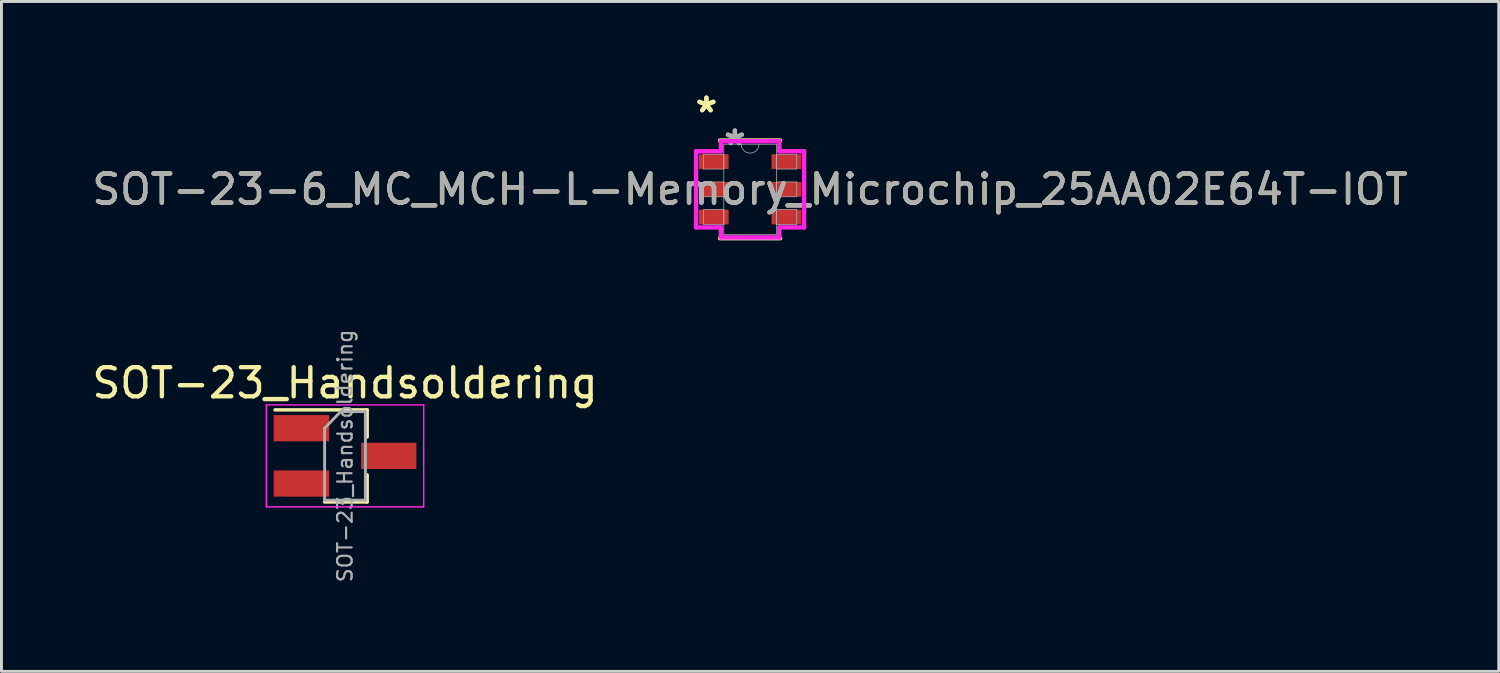
<source format=kicad_pcb>
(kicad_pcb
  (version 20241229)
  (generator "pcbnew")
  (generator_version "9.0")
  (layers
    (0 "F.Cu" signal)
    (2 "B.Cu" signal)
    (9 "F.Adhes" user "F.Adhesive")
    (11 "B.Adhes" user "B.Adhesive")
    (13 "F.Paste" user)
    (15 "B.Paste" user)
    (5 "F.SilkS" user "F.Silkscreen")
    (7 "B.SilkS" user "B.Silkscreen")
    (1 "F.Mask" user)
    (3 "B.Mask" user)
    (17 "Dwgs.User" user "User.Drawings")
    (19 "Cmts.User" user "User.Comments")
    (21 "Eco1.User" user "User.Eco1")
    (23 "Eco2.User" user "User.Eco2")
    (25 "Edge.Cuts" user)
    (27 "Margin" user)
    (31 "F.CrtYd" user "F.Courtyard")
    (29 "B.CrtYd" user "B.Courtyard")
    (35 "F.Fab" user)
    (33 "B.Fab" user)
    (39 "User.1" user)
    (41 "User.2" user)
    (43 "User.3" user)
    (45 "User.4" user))
  (footprint "SOT-23-6_MC_MCH-L-Memory_Microchip_25AA02E64T-IOT"
    (layer "F.Cu")
    (at 22.696 3.449)
    (property "Reference" "SOT-23-6_MC_MCH-L-Memory_Microchip_25AA02E64T-IOT" (at 0 0 0) (unlocked yes) (layer "F.SilkS") (effects (font (size 1 1) (thickness 0.15))))
    (attr smd)
    (fp_line (start -1.029 1.676) (end 1.029 1.676) (stroke (width 0.152) (type solid)) (layer "F.SilkS"))
    (fp_line (start 1.029 -1.676) (end -1.029 -1.676) (stroke (width 0.152) (type solid)) (layer "F.SilkS"))
    (fp_line (start -1.854 -1.306) (end -1.003 -1.306) (stroke (width 0.152) (type solid)) (layer "F.CrtYd"))
    (fp_line (start -1.854 1.306) (end -1.854 -1.306) (stroke (width 0.152) (type solid)) (layer "F.CrtYd"))
    (fp_line (start -1.854 1.306) (end -1.003 1.306) (stroke (width 0.152) (type solid)) (layer "F.CrtYd"))
    (fp_line (start -1.003 -1.651) (end 1.003 -1.651) (stroke (width 0.152) (type solid)) (layer "F.CrtYd"))
    (fp_line (start -1.003 -1.306) (end -1.003 -1.651) (stroke (width 0.152) (type solid)) (layer "F.CrtYd"))
    (fp_line (start -1.003 1.651) (end -1.003 1.306) (stroke (width 0.152) (type solid)) (layer "F.CrtYd"))
    (fp_line (start 1.003 -1.651) (end 1.003 -1.306) (stroke (width 0.152) (type solid)) (layer "F.CrtYd"))
    (fp_line (start 1.003 1.306) (end 1.003 1.651) (stroke (width 0.152) (type solid)) (layer "F.CrtYd"))
    (fp_line (start 1.003 1.651) (end -1.003 1.651) (stroke (width 0.152) (type solid)) (layer "F.CrtYd"))
    (fp_line (start 1.854 -1.306) (end 1.003 -1.306) (stroke (width 0.152) (type solid)) (layer "F.CrtYd"))
    (fp_line (start 1.854 -1.306) (end 1.854 1.306) (stroke (width 0.152) (type solid)) (layer "F.CrtYd"))
    (fp_line (start 1.854 1.306) (end 1.003 1.306) (stroke (width 0.152) (type solid)) (layer "F.CrtYd"))
    (fp_line (start -1.6 -1.204) (end -1.6 -0.696) (stroke (width 0.025) (type solid)) (layer "F.Fab"))
    (fp_line (start -1.6 -0.696) (end -0.902 -0.696) (stroke (width 0.025) (type solid)) (layer "F.Fab"))
    (fp_line (start -1.6 -0.254) (end -1.6 0.254) (stroke (width 0.025) (type solid)) (layer "F.Fab"))
    (fp_line (start -1.6 0.254) (end -0.902 0.254) (stroke (width 0.025) (type solid)) (layer "F.Fab"))
    (fp_line (start -1.6 0.696) (end -1.6 1.204) (stroke (width 0.025) (type solid)) (layer "F.Fab"))
    (fp_line (start -1.6 1.204) (end -0.902 1.204) (stroke (width 0.025) (type solid)) (layer "F.Fab"))
    (fp_line (start -0.902 -1.549) (end -0.902 1.549) (stroke (width 0.025) (type solid)) (layer "F.Fab"))
    (fp_line (start -0.902 -1.204) (end -1.6 -1.204) (stroke (width 0.025) (type solid)) (layer "F.Fab"))
    (fp_line (start -0.902 -0.696) (end -0.902 -1.204) (stroke (width 0.025) (type solid)) (layer "F.Fab"))
    (fp_line (start -0.902 -0.254) (end -1.6 -0.254) (stroke (width 0.025) (type solid)) (layer "F.Fab"))
    (fp_line (start -0.902 0.254) (end -0.902 -0.254) (stroke (width 0.025) (type solid)) (layer "F.Fab"))
    (fp_line (start -0.902 0.696) (end -1.6 0.696) (stroke (width 0.025) (type solid)) (layer "F.Fab"))
    (fp_line (start -0.902 1.204) (end -0.902 0.696) (stroke (width 0.025) (type solid)) (layer "F.Fab"))
    (fp_line (start -0.902 1.549) (end 0.902 1.549) (stroke (width 0.025) (type solid)) (layer "F.Fab"))
    (fp_line (start 0.902 -1.549) (end -0.902 -1.549) (stroke (width 0.025) (type solid)) (layer "F.Fab"))
    (fp_line (start 0.902 -1.204) (end 0.902 -0.696) (stroke (width 0.025) (type solid)) (layer "F.Fab"))
    (fp_line (start 0.902 -0.696) (end 1.6 -0.696) (stroke (width 0.025) (type solid)) (layer "F.Fab"))
    (fp_line (start 0.902 -0.254) (end 0.902 0.254) (stroke (width 0.025) (type solid)) (layer "F.Fab"))
    (fp_line (start 0.902 0.254) (end 1.6 0.254) (stroke (width 0.025) (type solid)) (layer "F.Fab"))
    (fp_line (start 0.902 0.696) (end 0.902 1.204) (stroke (width 0.025) (type solid)) (layer "F.Fab"))
    (fp_line (start 0.902 1.204) (end 1.6 1.204) (stroke (width 0.025) (type solid)) (layer "F.Fab"))
    (fp_line (start 0.902 1.549) (end 0.902 -1.549) (stroke (width 0.025) (type solid)) (layer "F.Fab"))
    (fp_line (start 1.6 -1.204) (end 0.902 -1.204) (stroke (width 0.025) (type solid)) (layer "F.Fab"))
    (fp_line (start 1.6 -0.696) (end 1.6 -1.204) (stroke (width 0.025) (type solid)) (layer "F.Fab"))
    (fp_line (start 1.6 -0.254) (end 0.902 -0.254) (stroke (width 0.025) (type solid)) (layer "F.Fab"))
    (fp_line (start 1.6 0.254) (end 1.6 -0.254) (stroke (width 0.025) (type solid)) (layer "F.Fab"))
    (fp_line (start 1.6 0.696) (end 0.902 0.696) (stroke (width 0.025) (type solid)) (layer "F.Fab"))
    (fp_line (start 1.6 1.204) (end 1.6 0.696) (stroke (width 0.025) (type solid)) (layer "F.Fab"))
    (fp_arc (start 0.3048 -1.5494) (mid 0 -1.2446) (end -0.3048 -1.5494) (stroke (width 0.0254) (type solid)) (layer "F.Fab"))
    (fp_text user "*" (at -1.499 -2.601 0) (layer "F.SilkS") (effects (font (size 1 1) (thickness 0.15))))
    (fp_text user "*" (at -1.499 -2.601 0) (unlocked yes) (layer "F.SilkS") (effects (font (size 1 1) (thickness 0.15))))
    (fp_text user "${REFERENCE}" (at 0 0 0) (unlocked yes) (layer "F.Fab") (effects (font (size 1 1) (thickness 0.15))))
    (fp_text user "*" (at -0.521 -1.473 0) (unlocked yes) (layer "F.Fab") (effects (font (size 1 1) (thickness 0.15))))
    (fp_text user "*" (at -0.521 -1.473 0) (layer "F.Fab") (effects (font (size 1 1) (thickness 0.15))))
    (pad "1" smd rect (at -1.245 -0.95) (size 1.016 0.508) (layers "F.Cu" "F.Mask" "F.Paste"))
    (pad "2" smd rect (at -1.245 0) (size 1.016 0.508) (layers "F.Cu" "F.Mask" "F.Paste"))
    (pad "3" smd rect (at -1.245 0.95) (size 1.016 0.508) (layers "F.Cu" "F.Mask" "F.Paste"))
    (pad "4" smd rect (at 1.245 0.95) (size 1.016 0.508) (layers "F.Cu" "F.Mask" "F.Paste"))
    (pad "5" smd rect (at 1.245 0) (size 1.016 0.508) (layers "F.Cu" "F.Mask" "F.Paste"))
    (pad "6" smd rect (at 1.245 -0.95) (size 1.016 0.508) (layers "F.Cu" "F.Mask" "F.Paste")))
  (footprint "SOT-23_Handsoldering"
    (layer "F.Cu")
    (at 8.792 12.598)
    (property "Reference" "SOT-23_Handsoldering" (at 0 -2.5 0) (layer "F.SilkS") (effects (font (size 1 1) (thickness 0.15))))
    (attr smd)
    (fp_line (start 0.76 -1.58) (end -2.4 -1.58) (stroke (width 0.12) (type solid)) (layer "F.SilkS"))
    (fp_line (start 0.76 -1.58) (end 0.76 -0.65) (stroke (width 0.12) (type solid)) (layer "F.SilkS"))
    (fp_line (start 0.76 1.58) (end -0.7 1.58) (stroke (width 0.12) (type solid)) (layer "F.SilkS"))
    (fp_line (start 0.76 1.58) (end 0.76 0.65) (stroke (width 0.12) (type solid)) (layer "F.SilkS"))
    (fp_line (start -2.7 -1.75) (end 2.7 -1.75) (stroke (width 0.05) (type solid)) (layer "F.CrtYd"))
    (fp_line (start -2.7 1.75) (end -2.7 -1.75) (stroke (width 0.05) (type solid)) (layer "F.CrtYd"))
    (fp_line (start 2.7 -1.75) (end 2.7 1.75) (stroke (width 0.05) (type solid)) (layer "F.CrtYd"))
    (fp_line (start 2.7 1.75) (end -2.7 1.75) (stroke (width 0.05) (type solid)) (layer "F.CrtYd"))
    (fp_line (start -0.7 -0.95) (end -0.7 1.5) (stroke (width 0.1) (type solid)) (layer "F.Fab"))
    (fp_line (start -0.7 -0.95) (end -0.15 -1.52) (stroke (width 0.1) (type solid)) (layer "F.Fab"))
    (fp_line (start -0.7 1.52) (end 0.7 1.52) (stroke (width 0.1) (type solid)) (layer "F.Fab"))
    (fp_line (start -0.15 -1.52) (end 0.7 -1.52) (stroke (width 0.1) (type solid)) (layer "F.Fab"))
    (fp_line (start 0.7 -1.52) (end 0.7 1.52) (stroke (width 0.1) (type solid)) (layer "F.Fab"))
    (fp_text user "${REFERENCE}" (at 0 0 90) (layer "F.Fab") (effects (font (size 0.5 0.5) (thickness 0.075))))
    (pad "1" smd rect (at -1.5 -0.95) (size 1.9 0.9) (layers "F.Cu" "F.Mask" "F.Paste"))
    (pad "2" smd rect (at 1.5 0) (size 1.9 0.9) (layers "F.Cu" "F.Mask" "F.Paste"))
    (pad "3" smd rect (at -1.5 0.95) (size 1.9 0.9) (layers "F.Cu" "F.Mask" "F.Paste")))
  (gr_rect
    (start -3 -3)
    (end 48.393 19.994)
    (stroke (width 0.1) (type default))
    (fill no)
    (layer "Edge.Cuts")))
</source>
